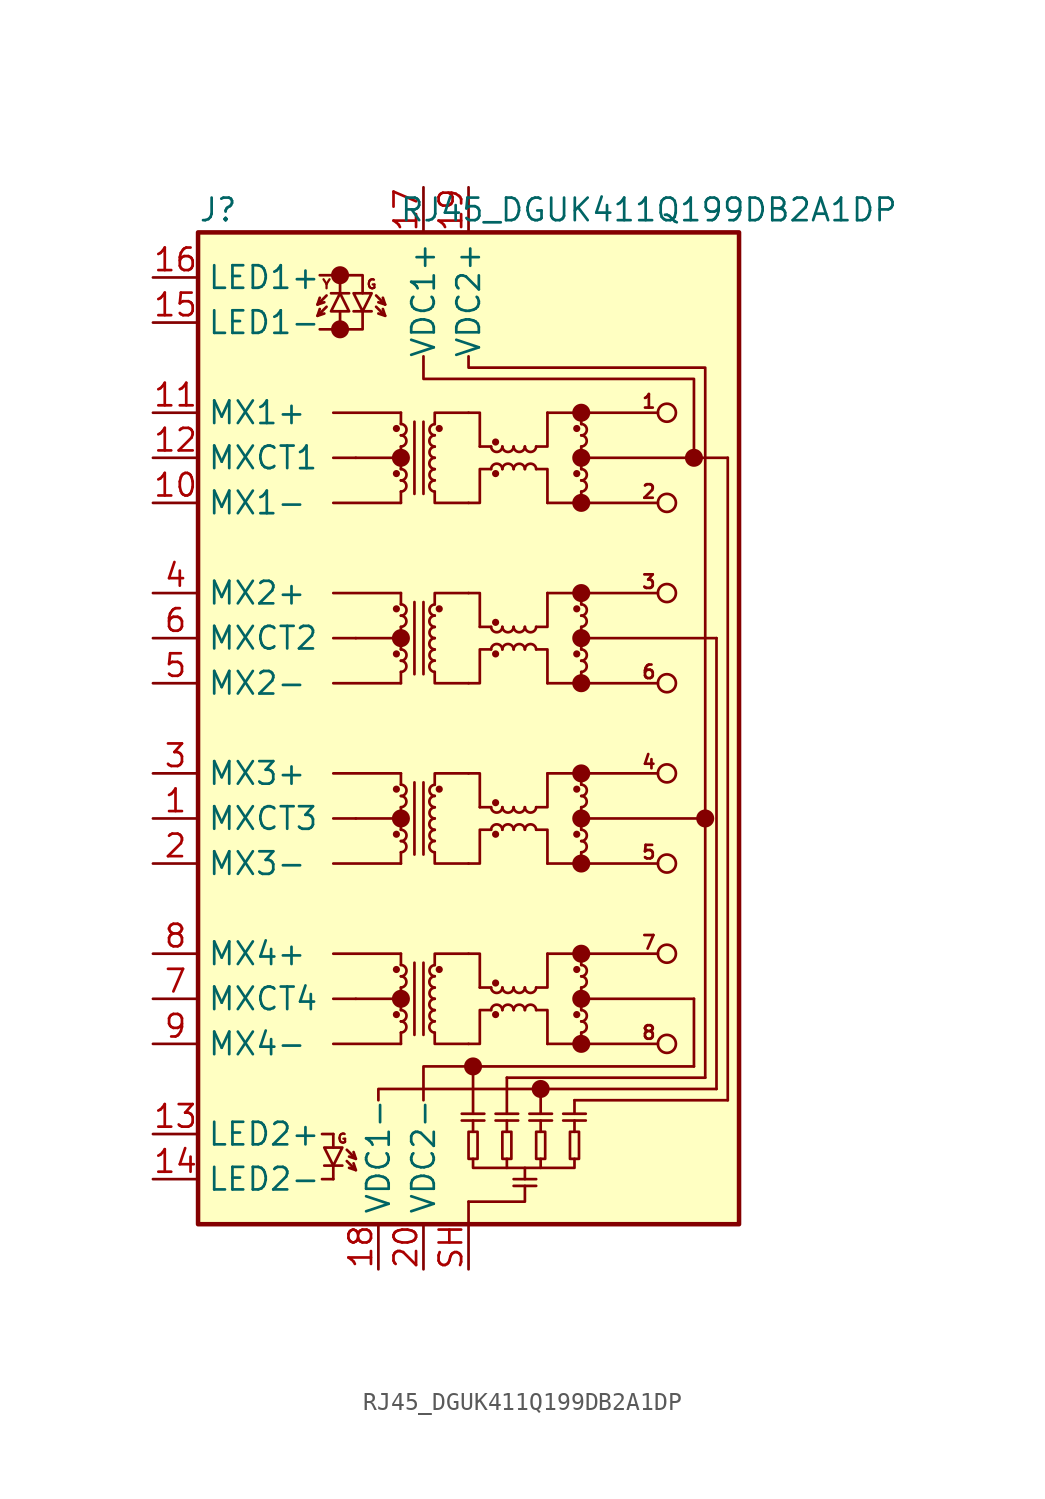
<source format=kicad_sym>
(kicad_symbol_lib
  (version 20241209)
  (generator "kicad_symbol_editor")
  (generator_version "9.0")
  (symbol "RJ45_DGUK411Q199DB2A1DP"
    (property "Reference" "J"
      (at -15.24 29.21 0)
      (effects (font (size 1.27 1.27)) (justify left)))
    (property "Value" "RJ45_DGUK411Q199DB2A1DP"
      (at 10.16 29.21 0)
      (effects (font (size 1.27 1.27))))
    (symbol "RJ45_DGUK411Q199DB2A1DP_0_0"
      (circle (center -7.239 25.527) (radius 0.0001) (stroke (width 0.508) (type default)) (fill (type none)))
      (circle (center -7.239 22.479) (radius 0.0001) (stroke (width 0.508) (type default)) (fill (type none)))
      (circle (center -3.81 15.24) (radius 0.0001) (stroke (width 0.508) (type default)) (fill (type none)))
      (circle (center -3.81 5.08) (radius 0.0001) (stroke (width 0.508) (type default)) (fill (type none)))
      (circle (center -3.81 -5.08) (radius 0.0001) (stroke (width 0.508) (type default)) (fill (type none)))
      (circle (center -3.81 -15.24) (radius 0.0001) (stroke (width 0.508) (type default)) (fill (type none)))
      (circle (center 0.254 -19.05) (radius 0.0001) (stroke (width 0.508) (type default)) (fill (type none)))
      (circle (center 4.064 -20.32) (radius 0.0001) (stroke (width 0.508) (type default)) (fill (type none)))
      (circle (center 6.35 17.78) (radius 0.0001) (stroke (width 0.508) (type default)) (fill (type none)))
      (circle (center 6.35 15.24) (radius 0.0001) (stroke (width 0.508) (type default)) (fill (type none)))
      (circle (center 6.35 12.7) (radius 0.0001) (stroke (width 0.508) (type default)) (fill (type none)))
      (circle (center 6.35 7.62) (radius 0.0001) (stroke (width 0.508) (type default)) (fill (type none)))
      (circle (center 6.35 5.08) (radius 0.0001) (stroke (width 0.508) (type default)) (fill (type none)))
      (circle (center 6.35 2.54) (radius 0.0001) (stroke (width 0.508) (type default)) (fill (type none)))
      (circle (center 6.35 -2.54) (radius 0.0001) (stroke (width 0.508) (type default)) (fill (type none)))
      (circle (center 6.35 -5.08) (radius 0.0001) (stroke (width 0.508) (type default)) (fill (type none)))
      (circle (center 6.35 -7.62) (radius 0.0001) (stroke (width 0.508) (type default)) (fill (type none)))
      (circle (center 6.35 -12.7) (radius 0.0001) (stroke (width 0.508) (type default)) (fill (type none)))
      (circle (center 6.35 -15.24) (radius 0.0001) (stroke (width 0.508) (type default)) (fill (type none)))
      (circle (center 6.35 -17.78) (radius 0.0001) (stroke (width 0.508) (type default)) (fill (type none)))
      (circle (center 12.7 15.24) (radius 0.0001) (stroke (width 0.508) (type default)) (fill (type none)))
      (circle (center 13.335 -5.08) (radius 0.0001) (stroke (width 0.508) (type default)) (fill (type none)))
      (text "Y" (at -8.001 25.019 0) (effects (font (size 0.508 0.508))))
      (text "" (at -7.874 24.892 900) (effects (font (size 1.27 1.27))))
      (text "G" (at -7.112 -23.114 0) (effects (font (size 0.508 0.508))))
      (text "G" (at -5.461 25.019 0) (effects (font (size 0.508 0.508))))
      (text "1" (at 10.16 18.415 0) (effects (font (size 0.762 0.762))))
      (text "2" (at 10.16 13.335 0) (effects (font (size 0.762 0.762))))
      (text "3" (at 10.16 8.255 0) (effects (font (size 0.762 0.762))))
      (text "6" (at 10.16 3.175 0) (effects (font (size 0.762 0.762))))
      (text "4" (at 10.16 -1.905 0) (effects (font (size 0.762 0.762))))
      (text "5" (at 10.16 -6.985 0) (effects (font (size 0.762 0.762))))
      (text "7" (at 10.16 -12.065 0) (effects (font (size 0.762 0.762))))
      (text "8" (at 10.16 -17.145 0) (effects (font (size 0.762 0.762)))))
    (symbol "RJ45_DGUK411Q199DB2A1DP_0_1"
      (rectangle (start -15.24 27.94) (end 15.24 -27.94) (stroke (width 0.254) (type default)) (fill (type background)))
      (polyline (pts (xy -7.62 17.78) (xy -3.81 17.78)) (stroke (width 0) (type default)) (fill (type none)))
      (polyline (pts (xy -7.62 15.24) (xy -6.35 15.24)) (stroke (width 0) (type default)) (fill (type none)))
      (polyline (pts (xy -7.62 12.7) (xy -3.81 12.7)) (stroke (width 0) (type default)) (fill (type none)))
      (polyline (pts (xy -7.62 7.62) (xy -3.81 7.62)) (stroke (width 0) (type default)) (fill (type none)))
      (polyline (pts (xy -7.62 5.08) (xy -6.35 5.08)) (stroke (width 0) (type default)) (fill (type none)))
      (polyline (pts (xy -7.62 2.54) (xy -3.81 2.54)) (stroke (width 0) (type default)) (fill (type none)))
      (polyline (pts (xy -7.62 -2.54) (xy -3.81 -2.54)) (stroke (width 0) (type default)) (fill (type none)))
      (polyline (pts (xy -7.62 -5.08) (xy -6.35 -5.08)) (stroke (width 0) (type default)) (fill (type none)))
      (polyline (pts (xy -7.62 -7.62) (xy -3.81 -7.62)) (stroke (width 0) (type default)) (fill (type none)))
      (polyline (pts (xy -7.62 -12.7) (xy -3.81 -12.7)) (stroke (width 0) (type default)) (fill (type none)))
      (polyline (pts (xy -7.62 -15.24) (xy -6.35 -15.24)) (stroke (width 0) (type default)) (fill (type none)))
      (polyline (pts (xy -7.62 -17.78) (xy -3.81 -17.78)) (stroke (width 0) (type default)) (fill (type none)))
      (polyline (pts (xy -6.35 15.24) (xy -3.81 15.24)) (stroke (width 0) (type default)) (fill (type none)))
      (polyline (pts (xy -6.35 5.08) (xy -3.81 5.08)) (stroke (width 0) (type default)) (fill (type none)))
      (polyline (pts (xy -6.35 -5.08) (xy -3.81 -5.08)) (stroke (width 0) (type default)) (fill (type none)))
      (polyline (pts (xy -6.35 -15.24) (xy -3.81 -15.24)) (stroke (width 0) (type default)) (fill (type none)))
      (circle (center -4.064 16.891) (radius 0.127) (stroke (width 0) (type default)) (fill (type outline)))
      (circle (center -4.064 14.351) (radius 0.127) (stroke (width 0) (type default)) (fill (type outline)))
      (circle (center -4.064 6.731) (radius 0.127) (stroke (width 0) (type default)) (fill (type outline)))
      (circle (center -4.064 4.191) (radius 0.127) (stroke (width 0) (type default)) (fill (type outline)))
      (circle (center -4.064 -3.429) (radius 0.127) (stroke (width 0) (type default)) (fill (type outline)))
      (circle (center -4.064 -5.969) (radius 0.127) (stroke (width 0) (type default)) (fill (type outline)))
      (circle (center -4.064 -13.589) (radius 0.127) (stroke (width 0) (type default)) (fill (type outline)))
      (circle (center -4.064 -16.129) (radius 0.127) (stroke (width 0) (type default)) (fill (type outline)))
      (arc (start -3.81 17.145) (mid -3.5049 16.8275) (end -3.81 16.51) (stroke (width 0) (type default)) (fill (type none)))
      (arc (start -3.81 16.51) (mid -3.5049 16.1925) (end -3.81 15.875) (stroke (width 0) (type default)) (fill (type none)))
      (arc (start -3.81 14.605) (mid -3.5049 14.2875) (end -3.81 13.97) (stroke (width 0) (type default)) (fill (type none)))
      (arc (start -3.81 13.97) (mid -3.5049 13.6525) (end -3.81 13.335) (stroke (width 0) (type default)) (fill (type none)))
      (arc (start -3.81 6.985) (mid -3.5049 6.6675) (end -3.81 6.35) (stroke (width 0) (type default)) (fill (type none)))
      (arc (start -3.81 6.35) (mid -3.5049 6.0325) (end -3.81 5.715) (stroke (width 0) (type default)) (fill (type none)))
      (arc (start -3.81 4.445) (mid -3.5049 4.1275) (end -3.81 3.81) (stroke (width 0) (type default)) (fill (type none)))
      (arc (start -3.81 3.81) (mid -3.5049 3.4925) (end -3.81 3.175) (stroke (width 0) (type default)) (fill (type none)))
      (arc (start -3.81 -3.175) (mid -3.5049 -3.4925) (end -3.81 -3.81) (stroke (width 0) (type default)) (fill (type none)))
      (arc (start -3.81 -3.81) (mid -3.5049 -4.1275) (end -3.81 -4.445) (stroke (width 0) (type default)) (fill (type none)))
      (arc (start -3.81 -5.715) (mid -3.5049 -6.0325) (end -3.81 -6.35) (stroke (width 0) (type default)) (fill (type none)))
      (arc (start -3.81 -6.35) (mid -3.5049 -6.6675) (end -3.81 -6.985) (stroke (width 0) (type default)) (fill (type none)))
      (arc (start -3.81 -13.335) (mid -3.5049 -13.6525) (end -3.81 -13.97) (stroke (width 0) (type default)) (fill (type none)))
      (arc (start -3.81 -13.97) (mid -3.5049 -14.2875) (end -3.81 -14.605) (stroke (width 0) (type default)) (fill (type none)))
      (arc (start -3.81 -15.875) (mid -3.5049 -16.1925) (end -3.81 -16.51) (stroke (width 0) (type default)) (fill (type none)))
      (arc (start -3.81 -16.51) (mid -3.5049 -16.8275) (end -3.81 -17.145) (stroke (width 0) (type default)) (fill (type none)))
      (polyline (pts (xy -3.81 17.78) (xy -3.81 17.145)) (stroke (width 0) (type default)) (fill (type none)))
      (polyline (pts (xy -3.81 15.24) (xy -3.81 15.875)) (stroke (width 0) (type default)) (fill (type none)))
      (polyline (pts (xy -3.81 15.24) (xy -3.81 14.605)) (stroke (width 0) (type default)) (fill (type none)))
      (polyline (pts (xy -3.81 12.7) (xy -3.81 13.335)) (stroke (width 0) (type default)) (fill (type none)))
      (polyline (pts (xy -3.81 7.62) (xy -3.81 6.985)) (stroke (width 0) (type default)) (fill (type none)))
      (polyline (pts (xy -3.81 5.08) (xy -3.81 5.715)) (stroke (width 0) (type default)) (fill (type none)))
      (polyline (pts (xy -3.81 5.08) (xy -3.81 4.445)) (stroke (width 0) (type default)) (fill (type none)))
      (polyline (pts (xy -3.81 2.54) (xy -3.81 3.175)) (stroke (width 0) (type default)) (fill (type none)))
      (polyline (pts (xy -3.81 -2.54) (xy -3.81 -3.175)) (stroke (width 0) (type default)) (fill (type none)))
      (polyline (pts (xy -3.81 -5.08) (xy -3.81 -4.445)) (stroke (width 0) (type default)) (fill (type none)))
      (polyline (pts (xy -3.81 -5.08) (xy -3.81 -5.715)) (stroke (width 0) (type default)) (fill (type none)))
      (polyline (pts (xy -3.81 -7.62) (xy -3.81 -6.985)) (stroke (width 0) (type default)) (fill (type none)))
      (polyline (pts (xy -3.81 -12.7) (xy -3.81 -13.335)) (stroke (width 0) (type default)) (fill (type none)))
      (polyline (pts (xy -3.81 -15.24) (xy -3.81 -14.605)) (stroke (width 0) (type default)) (fill (type none)))
      (polyline (pts (xy -3.81 -15.24) (xy -3.81 -15.875)) (stroke (width 0) (type default)) (fill (type none)))
      (polyline (pts (xy -3.81 -17.78) (xy -3.81 -17.145)) (stroke (width 0) (type default)) (fill (type none)))
      (polyline (pts (xy -3.048 13.208) (xy -3.048 17.272)) (stroke (width 0) (type default)) (fill (type none)))
      (polyline (pts (xy -3.048 3.048) (xy -3.048 7.112)) (stroke (width 0) (type default)) (fill (type none)))
      (polyline (pts (xy -3.048 -7.112) (xy -3.048 -3.048)) (stroke (width 0) (type default)) (fill (type none)))
      (polyline (pts (xy -3.048 -17.272) (xy -3.048 -13.208)) (stroke (width 0) (type default)) (fill (type none)))
      (polyline (pts (xy -2.54 20.955) (xy -2.54 19.685) (xy 12.7 19.685) (xy 12.7 15.24)) (stroke (width 0.152) (type default)) (fill (type none)))
      (polyline (pts (xy -2.54 13.208) (xy -2.54 17.272)) (stroke (width 0) (type default)) (fill (type none)))
      (polyline (pts (xy -2.54 3.048) (xy -2.54 7.112)) (stroke (width 0) (type default)) (fill (type none)))
      (polyline (pts (xy -2.54 -7.112) (xy -2.54 -3.048)) (stroke (width 0) (type default)) (fill (type none)))
      (polyline (pts (xy -2.54 -17.272) (xy -2.54 -13.208)) (stroke (width 0) (type default)) (fill (type none)))
      (polyline (pts (xy -2.54 -20.955) (xy -2.54 -19.05) (xy 0.254 -19.05)) (stroke (width 0.152) (type default)) (fill (type none)))
      (polyline (pts (xy -1.905 17.145) (xy -1.905 17.78) (xy 0 17.78)) (stroke (width 0) (type default)) (fill (type none)))
      (polyline (pts (xy -1.905 13.335) (xy -1.905 12.7) (xy 0 12.7)) (stroke (width 0) (type default)) (fill (type none)))
      (polyline (pts (xy -1.905 6.985) (xy -1.905 7.62) (xy 0 7.62)) (stroke (width 0) (type default)) (fill (type none)))
      (polyline (pts (xy -1.905 3.175) (xy -1.905 2.54) (xy 0 2.54)) (stroke (width 0) (type default)) (fill (type none)))
      (polyline (pts (xy -1.905 -3.175) (xy -1.905 -2.54) (xy 0 -2.54)) (stroke (width 0) (type default)) (fill (type none)))
      (polyline (pts (xy -1.905 -6.985) (xy -1.905 -7.62) (xy 0 -7.62)) (stroke (width 0) (type default)) (fill (type none)))
      (polyline (pts (xy -1.905 -13.335) (xy -1.905 -12.7) (xy 0 -12.7)) (stroke (width 0) (type default)) (fill (type none)))
      (polyline (pts (xy -1.905 -17.145) (xy -1.905 -17.78) (xy 0 -17.78)) (stroke (width 0) (type default)) (fill (type none)))
      (arc (start -1.905 16.51) (mid -2.2101 16.8275) (end -1.905 17.145) (stroke (width 0) (type default)) (fill (type none)))
      (arc (start -1.905 15.875) (mid -2.2101 16.1925) (end -1.905 16.51) (stroke (width 0) (type default)) (fill (type none)))
      (arc (start -1.905 15.24) (mid -2.2101 15.5575) (end -1.905 15.875) (stroke (width 0) (type default)) (fill (type none)))
      (arc (start -1.905 14.605) (mid -2.2101 14.9225) (end -1.905 15.24) (stroke (width 0) (type default)) (fill (type none)))
      (arc (start -1.905 13.97) (mid -2.2101 14.2875) (end -1.905 14.605) (stroke (width 0) (type default)) (fill (type none)))
      (arc (start -1.905 13.335) (mid -2.2101 13.6525) (end -1.905 13.97) (stroke (width 0) (type default)) (fill (type none)))
      (arc (start -1.905 6.35) (mid -2.2101 6.6675) (end -1.905 6.985) (stroke (width 0) (type default)) (fill (type none)))
      (arc (start -1.905 5.715) (mid -2.2101 6.0325) (end -1.905 6.35) (stroke (width 0) (type default)) (fill (type none)))
      (arc (start -1.905 5.08) (mid -2.2101 5.3975) (end -1.905 5.715) (stroke (width 0) (type default)) (fill (type none)))
      (arc (start -1.905 4.445) (mid -2.2101 4.7625) (end -1.905 5.08) (stroke (width 0) (type default)) (fill (type none)))
      (arc (start -1.905 3.81) (mid -2.2101 4.1275) (end -1.905 4.445) (stroke (width 0) (type default)) (fill (type none)))
      (arc (start -1.905 3.175) (mid -2.2101 3.4925) (end -1.905 3.81) (stroke (width 0) (type default)) (fill (type none)))
      (arc (start -1.905 -3.81) (mid -2.2101 -3.4925) (end -1.905 -3.175) (stroke (width 0) (type default)) (fill (type none)))
      (arc (start -1.905 -4.445) (mid -2.2101 -4.1275) (end -1.905 -3.81) (stroke (width 0) (type default)) (fill (type none)))
      (arc (start -1.905 -5.08) (mid -2.2101 -4.7625) (end -1.905 -4.445) (stroke (width 0) (type default)) (fill (type none)))
      (arc (start -1.905 -5.715) (mid -2.2101 -5.3975) (end -1.905 -5.08) (stroke (width 0) (type default)) (fill (type none)))
      (arc (start -1.905 -6.35) (mid -2.2101 -6.0325) (end -1.905 -5.715) (stroke (width 0) (type default)) (fill (type none)))
      (arc (start -1.905 -6.985) (mid -2.2101 -6.6675) (end -1.905 -6.35) (stroke (width 0) (type default)) (fill (type none)))
      (arc (start -1.905 -13.97) (mid -2.2101 -13.6525) (end -1.905 -13.335) (stroke (width 0) (type default)) (fill (type none)))
      (arc (start -1.905 -14.605) (mid -2.2101 -14.2875) (end -1.905 -13.97) (stroke (width 0) (type default)) (fill (type none)))
      (arc (start -1.905 -15.24) (mid -2.2101 -14.9225) (end -1.905 -14.605) (stroke (width 0) (type default)) (fill (type none)))
      (arc (start -1.905 -15.875) (mid -2.2101 -15.5575) (end -1.905 -15.24) (stroke (width 0) (type default)) (fill (type none)))
      (arc (start -1.905 -16.51) (mid -2.2101 -16.1925) (end -1.905 -15.875) (stroke (width 0) (type default)) (fill (type none)))
      (arc (start -1.905 -17.145) (mid -2.2101 -16.8275) (end -1.905 -16.51) (stroke (width 0) (type default)) (fill (type none)))
      (circle (center -1.651 16.891) (radius 0.127) (stroke (width 0) (type default)) (fill (type outline)))
      (circle (center -1.651 6.731) (radius 0.127) (stroke (width 0) (type default)) (fill (type outline)))
      (circle (center -1.651 -3.429) (radius 0.127) (stroke (width 0) (type default)) (fill (type outline)))
      (circle (center -1.651 -13.589) (radius 0.127) (stroke (width 0) (type default)) (fill (type outline)))
      (polyline (pts (xy -0.381 -21.717) (xy 0.889 -21.717)) (stroke (width 0.152) (type default)) (fill (type none)))
      (polyline (pts (xy -0.381 -22.098) (xy 0.889 -22.098)) (stroke (width 0.152) (type default)) (fill (type none)))
      (polyline (pts (xy 0 17.78) (xy 0.635 17.78) (xy 0.635 15.875)) (stroke (width 0) (type default)) (fill (type none)))
      (polyline (pts (xy 0 12.7) (xy 0.635 12.7) (xy 0.635 14.605) (xy 1.27 14.605)) (stroke (width 0) (type default)) (fill (type none)))
      (polyline (pts (xy 0 7.62) (xy 0.635 7.62) (xy 0.635 5.715)) (stroke (width 0) (type default)) (fill (type none)))
      (polyline (pts (xy 0 2.54) (xy 0.635 2.54) (xy 0.635 4.445) (xy 1.27 4.445)) (stroke (width 0) (type default)) (fill (type none)))
      (polyline (pts (xy 0 -2.54) (xy 0.635 -2.54) (xy 0.635 -4.445)) (stroke (width 0) (type default)) (fill (type none)))
      (polyline (pts (xy 0 -7.62) (xy 0.635 -7.62) (xy 0.635 -5.715) (xy 1.27 -5.715)) (stroke (width 0) (type default)) (fill (type none)))
      (polyline (pts (xy 0 -12.7) (xy 0.635 -12.7) (xy 0.635 -14.605)) (stroke (width 0) (type default)) (fill (type none)))
      (polyline (pts (xy 0 -17.78) (xy 0.635 -17.78) (xy 0.635 -15.875) (xy 1.27 -15.875)) (stroke (width 0) (type default)) (fill (type none)))
      (rectangle (start 0 -22.733) (end 0.508 -24.257) (stroke (width 0.152) (type default)) (fill (type none)))
      (polyline (pts (xy 0 -26.67) (xy 3.175 -26.67) (xy 3.175 -25.781)) (stroke (width 0.152) (type default)) (fill (type none)))
      (polyline (pts (xy 0 -27.94) (xy 0 -26.67)) (stroke (width 0.152) (type default)) (fill (type none)))
      (polyline (pts (xy 0.254 -19.05) (xy 12.7 -19.05)) (stroke (width 0) (type default)) (fill (type none)))
      (polyline (pts (xy 0.254 -21.717) (xy 0.254 -19.05)) (stroke (width 0.152) (type default)) (fill (type none)))
      (rectangle (start 0.254 -22.733) (end 0.254 -22.098) (stroke (width 0.152) (type default)) (fill (type none)))
      (polyline (pts (xy 0.254 -24.257) (xy 0.254 -24.765) (xy 5.969 -24.765) (xy 5.969 -24.257)) (stroke (width 0.152) (type default)) (fill (type none)))
      (polyline (pts (xy 0.635 15.875) (xy 1.27 15.875)) (stroke (width 0) (type default)) (fill (type none)))
      (polyline (pts (xy 0.635 5.715) (xy 1.27 5.715)) (stroke (width 0) (type default)) (fill (type none)))
      (polyline (pts (xy 0.635 -4.445) (xy 1.27 -4.445)) (stroke (width 0) (type default)) (fill (type none)))
      (polyline (pts (xy 0.635 -14.605) (xy 1.27 -14.605)) (stroke (width 0) (type default)) (fill (type none)))
      (circle (center 1.524 16.129) (radius 0.127) (stroke (width 0) (type default)) (fill (type outline)))
      (circle (center 1.524 14.351) (radius 0.127) (stroke (width 0) (type default)) (fill (type outline)))
      (circle (center 1.524 5.969) (radius 0.127) (stroke (width 0) (type default)) (fill (type outline)))
      (circle (center 1.524 4.191) (radius 0.127) (stroke (width 0) (type default)) (fill (type outline)))
      (circle (center 1.524 -4.191) (radius 0.127) (stroke (width 0) (type default)) (fill (type outline)))
      (circle (center 1.524 -5.969) (radius 0.127) (stroke (width 0) (type default)) (fill (type outline)))
      (circle (center 1.524 -14.351) (radius 0.127) (stroke (width 0) (type default)) (fill (type outline)))
      (circle (center 1.524 -16.129) (radius 0.127) (stroke (width 0) (type default)) (fill (type outline)))
      (polyline (pts (xy 1.524 -21.717) (xy 2.794 -21.717)) (stroke (width 0.152) (type default)) (fill (type none)))
      (polyline (pts (xy 1.524 -22.098) (xy 2.794 -22.098)) (stroke (width 0.152) (type default)) (fill (type none)))
      (arc (start 1.905 15.875) (mid 1.5875 15.5699) (end 1.27 15.875) (stroke (width 0) (type default)) (fill (type none)))
      (arc (start 1.27 14.605) (mid 1.5875 14.9101) (end 1.905 14.605) (stroke (width 0) (type default)) (fill (type none)))
      (arc (start 1.905 5.715) (mid 1.5875 5.4099) (end 1.27 5.715) (stroke (width 0) (type default)) (fill (type none)))
      (arc (start 1.27 4.445) (mid 1.5875 4.7501) (end 1.905 4.445) (stroke (width 0) (type default)) (fill (type none)))
      (arc (start 1.905 -4.445) (mid 1.5875 -4.7501) (end 1.27 -4.445) (stroke (width 0) (type default)) (fill (type none)))
      (arc (start 1.27 -5.715) (mid 1.5875 -5.4099) (end 1.905 -5.715) (stroke (width 0) (type default)) (fill (type none)))
      (arc (start 1.905 -14.605) (mid 1.5875 -14.9101) (end 1.27 -14.605) (stroke (width 0) (type default)) (fill (type none)))
      (arc (start 1.27 -15.875) (mid 1.5875 -15.5699) (end 1.905 -15.875) (stroke (width 0) (type default)) (fill (type none)))
      (rectangle (start 1.905 -22.733) (end 2.413 -24.257) (stroke (width 0.152) (type default)) (fill (type none)))
      (polyline (pts (xy 2.159 -21.717) (xy 2.159 -19.685)) (stroke (width 0.152) (type default)) (fill (type none)))
      (rectangle (start 2.159 -22.733) (end 2.159 -22.098) (stroke (width 0.152) (type default)) (fill (type none)))
      (polyline (pts (xy 2.159 -24.257) (xy 2.159 -24.765)) (stroke (width 0.152) (type default)) (fill (type none)))
      (arc (start 2.54 15.875) (mid 2.2225 15.5699) (end 1.905 15.875) (stroke (width 0) (type default)) (fill (type none)))
      (arc (start 1.905 14.605) (mid 2.2225 14.9101) (end 2.54 14.605) (stroke (width 0) (type default)) (fill (type none)))
      (arc (start 2.54 5.715) (mid 2.2225 5.4099) (end 1.905 5.715) (stroke (width 0) (type default)) (fill (type none)))
      (arc (start 1.905 4.445) (mid 2.2225 4.7501) (end 2.54 4.445) (stroke (width 0) (type default)) (fill (type none)))
      (arc (start 2.54 -4.445) (mid 2.2225 -4.7501) (end 1.905 -4.445) (stroke (width 0) (type default)) (fill (type none)))
      (arc (start 1.905 -5.715) (mid 2.2225 -5.4099) (end 2.54 -5.715) (stroke (width 0) (type default)) (fill (type none)))
      (arc (start 2.54 -14.605) (mid 2.2225 -14.9101) (end 1.905 -14.605) (stroke (width 0) (type default)) (fill (type none)))
      (arc (start 1.905 -15.875) (mid 2.2225 -15.5699) (end 2.54 -15.875) (stroke (width 0) (type default)) (fill (type none)))
      (arc (start 3.175 15.875) (mid 2.8575 15.5699) (end 2.54 15.875) (stroke (width 0) (type default)) (fill (type none)))
      (arc (start 2.54 14.605) (mid 2.8575 14.9101) (end 3.175 14.605) (stroke (width 0) (type default)) (fill (type none)))
      (arc (start 3.175 5.715) (mid 2.8575 5.4099) (end 2.54 5.715) (stroke (width 0) (type default)) (fill (type none)))
      (arc (start 2.54 4.445) (mid 2.8575 4.7501) (end 3.175 4.445) (stroke (width 0) (type default)) (fill (type none)))
      (arc (start 3.175 -4.445) (mid 2.8575 -4.7501) (end 2.54 -4.445) (stroke (width 0) (type default)) (fill (type none)))
      (arc (start 2.54 -5.715) (mid 2.8575 -5.4099) (end 3.175 -5.715) (stroke (width 0) (type default)) (fill (type none)))
      (arc (start 3.175 -14.605) (mid 2.8575 -14.9101) (end 2.54 -14.605) (stroke (width 0) (type default)) (fill (type none)))
      (arc (start 2.54 -15.875) (mid 2.8575 -15.5699) (end 3.175 -15.875) (stroke (width 0) (type default)) (fill (type none)))
      (rectangle (start 3.175 -24.765) (end 3.175 -25.4) (stroke (width 0.152) (type default)) (fill (type none)))
      (polyline (pts (xy 3.429 -21.717) (xy 4.699 -21.717)) (stroke (width 0.152) (type default)) (fill (type none)))
      (polyline (pts (xy 3.429 -22.098) (xy 4.699 -22.098)) (stroke (width 0.152) (type default)) (fill (type none)))
      (arc (start 3.81 15.875) (mid 3.4925 15.5699) (end 3.175 15.875) (stroke (width 0) (type default)) (fill (type none)))
      (arc (start 3.175 14.605) (mid 3.4925 14.9101) (end 3.81 14.605) (stroke (width 0) (type default)) (fill (type none)))
      (arc (start 3.81 5.715) (mid 3.4925 5.4099) (end 3.175 5.715) (stroke (width 0) (type default)) (fill (type none)))
      (arc (start 3.175 4.445) (mid 3.4925 4.7501) (end 3.81 4.445) (stroke (width 0) (type default)) (fill (type none)))
      (arc (start 3.81 -4.445) (mid 3.4925 -4.7501) (end 3.175 -4.445) (stroke (width 0) (type default)) (fill (type none)))
      (arc (start 3.175 -5.715) (mid 3.4925 -5.4099) (end 3.81 -5.715) (stroke (width 0) (type default)) (fill (type none)))
      (arc (start 3.81 -14.605) (mid 3.4925 -14.9101) (end 3.175 -14.605) (stroke (width 0) (type default)) (fill (type none)))
      (arc (start 3.175 -15.875) (mid 3.4925 -15.5699) (end 3.81 -15.875) (stroke (width 0) (type default)) (fill (type none)))
      (polyline (pts (xy 3.81 15.875) (xy 4.445 15.875) (xy 4.445 17.78)) (stroke (width 0) (type default)) (fill (type none)))
      (polyline (pts (xy 3.81 14.605) (xy 4.445 14.605) (xy 4.445 12.7)) (stroke (width 0) (type default)) (fill (type none)))
      (polyline (pts (xy 3.81 5.715) (xy 4.445 5.715) (xy 4.445 7.62)) (stroke (width 0) (type default)) (fill (type none)))
      (polyline (pts (xy 3.81 4.445) (xy 4.445 4.445) (xy 4.445 2.54)) (stroke (width 0) (type default)) (fill (type none)))
      (polyline (pts (xy 3.81 -4.445) (xy 4.445 -4.445) (xy 4.445 -2.54)) (stroke (width 0) (type default)) (fill (type none)))
      (polyline (pts (xy 3.81 -5.715) (xy 4.445 -5.715) (xy 4.445 -7.62)) (stroke (width 0) (type default)) (fill (type none)))
      (polyline (pts (xy 3.81 -14.605) (xy 4.445 -14.605) (xy 4.445 -12.7)) (stroke (width 0) (type default)) (fill (type none)))
      (polyline (pts (xy 3.81 -15.875) (xy 4.445 -15.875) (xy 4.445 -17.78)) (stroke (width 0) (type default)) (fill (type none)))
      (rectangle (start 3.81 -22.733) (end 4.318 -24.257) (stroke (width 0.152) (type default)) (fill (type none)))
      (polyline (pts (xy 3.81 -25.4) (xy 2.54 -25.4)) (stroke (width 0.152) (type default)) (fill (type none)))
      (polyline (pts (xy 3.81 -25.781) (xy 2.54 -25.781)) (stroke (width 0.152) (type default)) (fill (type none)))
      (polyline (pts (xy 4.064 -20.32) (xy -5.08 -20.32) (xy -5.08 -20.955)) (stroke (width 0.152) (type default)) (fill (type none)))
      (polyline (pts (xy 4.064 -21.717) (xy 4.064 -20.32)) (stroke (width 0.152) (type default)) (fill (type none)))
      (rectangle (start 4.064 -22.733) (end 4.064 -22.098) (stroke (width 0.152) (type default)) (fill (type none)))
      (polyline (pts (xy 4.064 -24.257) (xy 4.064 -24.765)) (stroke (width 0.152) (type default)) (fill (type none)))
      (polyline (pts (xy 4.445 17.78) (xy 6.35 17.78)) (stroke (width 0) (type default)) (fill (type none)))
      (polyline (pts (xy 4.445 12.7) (xy 6.35 12.7)) (stroke (width 0) (type default)) (fill (type none)))
      (polyline (pts (xy 4.445 7.62) (xy 6.35 7.62)) (stroke (width 0) (type default)) (fill (type none)))
      (polyline (pts (xy 4.445 2.54) (xy 6.35 2.54)) (stroke (width 0) (type default)) (fill (type none)))
      (polyline (pts (xy 4.445 -2.54) (xy 6.35 -2.54)) (stroke (width 0) (type default)) (fill (type none)))
      (polyline (pts (xy 4.445 -7.62) (xy 6.35 -7.62)) (stroke (width 0) (type default)) (fill (type none)))
      (polyline (pts (xy 4.445 -12.7) (xy 6.35 -12.7)) (stroke (width 0) (type default)) (fill (type none)))
      (polyline (pts (xy 4.445 -17.78) (xy 6.35 -17.78)) (stroke (width 0) (type default)) (fill (type none)))
      (polyline (pts (xy 5.334 -21.717) (xy 6.604 -21.717)) (stroke (width 0.152) (type default)) (fill (type none)))
      (polyline (pts (xy 5.334 -22.098) (xy 6.604 -22.098)) (stroke (width 0.152) (type default)) (fill (type none)))
      (rectangle (start 5.715 -22.733) (end 6.223 -24.257) (stroke (width 0.152) (type default)) (fill (type none)))
      (polyline (pts (xy 5.969 -21.717) (xy 5.969 -20.955)) (stroke (width 0.152) (type default)) (fill (type none)))
      (rectangle (start 5.969 -22.733) (end 5.969 -22.098) (stroke (width 0.152) (type default)) (fill (type none)))
      (circle (center 6.096 16.891) (radius 0.127) (stroke (width 0) (type default)) (fill (type outline)))
      (circle (center 6.096 14.351) (radius 0.127) (stroke (width 0) (type default)) (fill (type outline)))
      (circle (center 6.096 6.731) (radius 0.127) (stroke (width 0) (type default)) (fill (type outline)))
      (circle (center 6.096 4.191) (radius 0.127) (stroke (width 0) (type default)) (fill (type outline)))
      (circle (center 6.096 -3.429) (radius 0.127) (stroke (width 0) (type default)) (fill (type outline)))
      (circle (center 6.096 -5.969) (radius 0.127) (stroke (width 0) (type default)) (fill (type outline)))
      (circle (center 6.096 -13.589) (radius 0.127) (stroke (width 0) (type default)) (fill (type outline)))
      (circle (center 6.096 -16.129) (radius 0.127) (stroke (width 0) (type default)) (fill (type outline)))
      (arc (start 6.35 17.145) (mid 6.6553 16.827) (end 6.35 16.51) (stroke (width 0) (type default)) (fill (type none)))
      (arc (start 6.35 16.51) (mid 6.6553 16.192) (end 6.35 15.875) (stroke (width 0) (type default)) (fill (type none)))
      (arc (start 6.35 14.605) (mid 6.6553 14.287) (end 6.35 13.97) (stroke (width 0) (type default)) (fill (type none)))
      (arc (start 6.35 13.97) (mid 6.6553 13.652) (end 6.35 13.335) (stroke (width 0) (type default)) (fill (type none)))
      (arc (start 6.35 6.985) (mid 6.6553 6.667) (end 6.35 6.35) (stroke (width 0) (type default)) (fill (type none)))
      (arc (start 6.35 6.35) (mid 6.6553 6.032) (end 6.35 5.715) (stroke (width 0) (type default)) (fill (type none)))
      (arc (start 6.35 4.445) (mid 6.6553 4.127) (end 6.35 3.81) (stroke (width 0) (type default)) (fill (type none)))
      (arc (start 6.35 3.81) (mid 6.6553 3.492) (end 6.35 3.175) (stroke (width 0) (type default)) (fill (type none)))
      (arc (start 6.35 -3.175) (mid 6.6553 -3.493) (end 6.35 -3.81) (stroke (width 0) (type default)) (fill (type none)))
      (arc (start 6.35 -3.81) (mid 6.6553 -4.128) (end 6.35 -4.445) (stroke (width 0) (type default)) (fill (type none)))
      (arc (start 6.35 -5.715) (mid 6.6553 -6.033) (end 6.35 -6.35) (stroke (width 0) (type default)) (fill (type none)))
      (arc (start 6.35 -6.35) (mid 6.6553 -6.668) (end 6.35 -6.985) (stroke (width 0) (type default)) (fill (type none)))
      (arc (start 6.35 -13.335) (mid 6.6553 -13.653) (end 6.35 -13.97) (stroke (width 0) (type default)) (fill (type none)))
      (arc (start 6.35 -13.97) (mid 6.6553 -14.288) (end 6.35 -14.605) (stroke (width 0) (type default)) (fill (type none)))
      (arc (start 6.35 -15.875) (mid 6.6553 -16.193) (end 6.35 -16.51) (stroke (width 0) (type default)) (fill (type none)))
      (arc (start 6.35 -16.51) (mid 6.6553 -16.828) (end 6.35 -17.145) (stroke (width 0) (type default)) (fill (type none)))
      (polyline (pts (xy 6.35 17.78) (xy 6.35 17.145)) (stroke (width 0) (type default)) (fill (type none)))
      (polyline (pts (xy 6.35 17.78) (xy 10.668 17.78)) (stroke (width 0) (type default)) (fill (type none)))
      (polyline (pts (xy 6.35 15.24) (xy 6.35 15.875)) (stroke (width 0) (type default)) (fill (type none)))
      (polyline (pts (xy 6.35 15.24) (xy 6.35 14.605)) (stroke (width 0) (type default)) (fill (type none)))
      (polyline (pts (xy 6.35 12.7) (xy 6.35 13.335)) (stroke (width 0) (type default)) (fill (type none)))
      (polyline (pts (xy 6.35 12.7) (xy 10.668 12.7)) (stroke (width 0) (type default)) (fill (type none)))
      (polyline (pts (xy 6.35 7.62) (xy 6.35 6.985)) (stroke (width 0) (type default)) (fill (type none)))
      (polyline (pts (xy 6.35 7.62) (xy 10.668 7.62)) (stroke (width 0) (type default)) (fill (type none)))
      (polyline (pts (xy 6.35 5.08) (xy 6.35 5.715)) (stroke (width 0) (type default)) (fill (type none)))
      (polyline (pts (xy 6.35 5.08) (xy 6.35 4.445)) (stroke (width 0) (type default)) (fill (type none)))
      (polyline (pts (xy 6.35 2.54) (xy 6.35 3.175)) (stroke (width 0) (type default)) (fill (type none)))
      (polyline (pts (xy 6.35 2.54) (xy 10.668 2.54)) (stroke (width 0) (type default)) (fill (type none)))
      (polyline (pts (xy 6.35 -2.54) (xy 6.35 -3.175)) (stroke (width 0) (type default)) (fill (type none)))
      (polyline (pts (xy 6.35 -2.54) (xy 10.668 -2.54)) (stroke (width 0) (type default)) (fill (type none)))
      (polyline (pts (xy 6.35 -5.08) (xy 6.35 -4.445)) (stroke (width 0) (type default)) (fill (type none)))
      (polyline (pts (xy 6.35 -5.08) (xy 6.35 -5.715)) (stroke (width 0) (type default)) (fill (type none)))
      (polyline (pts (xy 6.35 -5.08) (xy 13.335 -5.08)) (stroke (width 0) (type default)) (fill (type none)))
      (polyline (pts (xy 6.35 -7.62) (xy 6.35 -6.985)) (stroke (width 0) (type default)) (fill (type none)))
      (polyline (pts (xy 6.35 -7.62) (xy 10.668 -7.62)) (stroke (width 0) (type default)) (fill (type none)))
      (polyline (pts (xy 6.35 -12.7) (xy 6.35 -13.335)) (stroke (width 0) (type default)) (fill (type none)))
      (polyline (pts (xy 6.35 -12.7) (xy 10.668 -12.7)) (stroke (width 0) (type default)) (fill (type none)))
      (polyline (pts (xy 6.35 -15.24) (xy 6.35 -14.605)) (stroke (width 0) (type default)) (fill (type none)))
      (polyline (pts (xy 6.35 -15.24) (xy 6.35 -15.875)) (stroke (width 0) (type default)) (fill (type none)))
      (polyline (pts (xy 6.35 -15.24) (xy 12.7 -15.24)) (stroke (width 0) (type default)) (fill (type none)))
      (polyline (pts (xy 6.35 -17.78) (xy 6.35 -17.145)) (stroke (width 0) (type default)) (fill (type none)))
      (polyline (pts (xy 6.35 -17.78) (xy 10.668 -17.78)) (stroke (width 0) (type default)) (fill (type none)))
      (circle (center 11.176 17.78) (radius 0.508) (stroke (width 0) (type default)) (fill (type none)))
      (circle (center 11.176 12.7) (radius 0.508) (stroke (width 0) (type default)) (fill (type none)))
      (circle (center 11.176 7.62) (radius 0.508) (stroke (width 0) (type default)) (fill (type none)))
      (circle (center 11.176 2.54) (radius 0.508) (stroke (width 0) (type default)) (fill (type none)))
      (circle (center 11.176 -2.54) (radius 0.508) (stroke (width 0) (type default)) (fill (type none)))
      (circle (center 11.176 -7.62) (radius 0.508) (stroke (width 0) (type default)) (fill (type none)))
      (circle (center 11.176 -12.7) (radius 0.508) (stroke (width 0) (type default)) (fill (type none)))
      (circle (center 11.176 -17.78) (radius 0.508) (stroke (width 0) (type default)) (fill (type none)))
      (polyline (pts (xy 12.7 -19.05) (xy 12.7 -15.24)) (stroke (width 0) (type default)) (fill (type none)))
      (polyline (pts (xy 13.335 -5.08) (xy 13.335 20.32) (xy 0 20.32) (xy 0 20.955)) (stroke (width 0.152) (type default)) (fill (type none)))
      (polyline (pts (xy 13.335 -19.685) (xy 2.159 -19.685)) (stroke (width 0.152) (type default)) (fill (type none)))
      (polyline (pts (xy 13.335 -19.685) (xy 13.335 -5.08)) (stroke (width 0) (type default)) (fill (type none)))
      (polyline (pts (xy 13.97 5.08) (xy 6.35 5.08)) (stroke (width 0) (type default)) (fill (type none)))
      (polyline (pts (xy 13.97 -20.32) (xy 4.064 -20.32)) (stroke (width 0.152) (type default)) (fill (type none)))
      (polyline (pts (xy 13.97 -20.32) (xy 13.97 5.08)) (stroke (width 0) (type default)) (fill (type none)))
      (polyline (pts (xy 14.605 15.24) (xy 6.35 15.24)) (stroke (width 0) (type default)) (fill (type none)))
      (polyline (pts (xy 14.605 -20.955) (xy 5.969 -20.955)) (stroke (width 0.152) (type default)) (fill (type none)))
      (polyline (pts (xy 14.605 -20.955) (xy 14.605 15.24)) (stroke (width 0) (type default)) (fill (type none))))
    (symbol "RJ45_DGUK411Q199DB2A1DP_1_1"
      (polyline (pts (xy -8.509 23.876) (xy -8.382 24.257)) (stroke (width 0) (type default)) (fill (type none)))
      (polyline (pts (xy -8.509 23.241) (xy -8.382 23.622)) (stroke (width 0) (type default)) (fill (type none)))
      (polyline (pts (xy -8.382 22.479) (xy -5.969 22.479) (xy -5.969 23.495)) (stroke (width 0) (type default)) (fill (type none)))
      (polyline (pts (xy -8.255 -22.86) (xy -7.62 -22.86)) (stroke (width 0) (type default)) (fill (type none)))
      (polyline (pts (xy -8.255 -25.4) (xy -7.62 -25.4)) (stroke (width 0) (type default)) (fill (type none)))
      (polyline (pts (xy -8.128 -24.638) (xy -7.112 -24.638)) (stroke (width 0) (type default)) (fill (type none)))
      (polyline (pts (xy -8.001 24.384) (xy -8.509 23.876) (xy -8.128 24.003)) (stroke (width 0) (type default)) (fill (type none)))
      (polyline (pts (xy -8.001 23.749) (xy -8.509 23.241) (xy -8.128 23.368)) (stroke (width 0) (type default)) (fill (type none)))
      (polyline (pts (xy -7.62 -22.86) (xy -7.62 -23.622)) (stroke (width 0) (type default)) (fill (type none)))
      (polyline (pts (xy -7.62 -24.638) (xy -8.128 -23.622) (xy -7.112 -23.622) (xy -7.62 -24.638)) (stroke (width 0) (type default)) (fill (type none)))
      (polyline (pts (xy -7.62 -25.4) (xy -7.62 -24.638)) (stroke (width 0) (type default)) (fill (type none)))
      (polyline (pts (xy -7.239 25.527) (xy -7.239 24.511)) (stroke (width 0) (type default)) (fill (type none)))
      (polyline (pts (xy -7.239 24.511) (xy -6.731 23.495) (xy -7.747 23.495) (xy -7.239 24.511)) (stroke (width 0) (type default)) (fill (type none)))
      (polyline (pts (xy -7.239 22.479) (xy -7.239 23.495)) (stroke (width 0) (type default)) (fill (type none)))
      (polyline (pts (xy -6.858 -23.749) (xy -6.35 -24.257) (xy -6.731 -24.13)) (stroke (width 0) (type default)) (fill (type none)))
      (polyline (pts (xy -6.858 -24.384) (xy -6.35 -24.892) (xy -6.731 -24.765)) (stroke (width 0) (type default)) (fill (type none)))
      (polyline (pts (xy -6.731 24.511) (xy -7.747 24.511)) (stroke (width 0) (type default)) (fill (type none)))
      (polyline (pts (xy -6.477 23.495) (xy -5.461 23.495)) (stroke (width 0) (type default)) (fill (type none)))
      (polyline (pts (xy -6.35 -24.257) (xy -6.477 -23.876)) (stroke (width 0) (type default)) (fill (type none)))
      (polyline (pts (xy -6.35 -24.892) (xy -6.477 -24.511)) (stroke (width 0) (type default)) (fill (type none)))
      (polyline (pts (xy -5.969 24.511) (xy -5.969 25.527) (xy -8.382 25.527)) (stroke (width 0) (type default)) (fill (type none)))
      (polyline (pts (xy -5.969 23.495) (xy -6.477 24.511) (xy -5.461 24.511) (xy -5.969 23.495)) (stroke (width 0) (type default)) (fill (type none)))
      (polyline (pts (xy -5.207 24.384) (xy -4.699 23.876) (xy -5.08 24.003)) (stroke (width 0) (type default)) (fill (type none)))
      (polyline (pts (xy -5.207 23.749) (xy -4.699 23.241) (xy -5.08 23.368)) (stroke (width 0) (type default)) (fill (type none)))
      (polyline (pts (xy -4.699 23.876) (xy -4.826 24.257)) (stroke (width 0) (type default)) (fill (type none)))
      (polyline (pts (xy -4.699 23.241) (xy -4.826 23.622)) (stroke (width 0) (type default)) (fill (type none)))
      (pin passive line (at -17.78 25.4 0) (length 2.54) (name "LED1+" (effects (font (size 1.27 1.27)))) (number "16" (effects (font (size 1.27 1.27)))))
      (pin passive line (at -17.78 22.86 0) (length 2.54) (name "LED1-" (effects (font (size 1.27 1.27)))) (number "15" (effects (font (size 1.27 1.27)))))
      (pin passive line (at -17.78 17.78 0) (length 2.54) (name "MX1+" (effects (font (size 1.27 1.27)))) (number "11" (effects (font (size 1.27 1.27)))))
      (pin passive line (at -17.78 15.24 0) (length 2.54) (name "MXCT1" (effects (font (size 1.27 1.27)))) (number "12" (effects (font (size 1.27 1.27)))))
      (pin passive line (at -17.78 12.7 0) (length 2.54) (name "MX1-" (effects (font (size 1.27 1.27)))) (number "10" (effects (font (size 1.27 1.27)))))
      (pin passive line (at -17.78 7.62 0) (length 2.54) (name "MX2+" (effects (font (size 1.27 1.27)))) (number "4" (effects (font (size 1.27 1.27)))))
      (pin passive line (at -17.78 5.08 0) (length 2.54) (name "MXCT2" (effects (font (size 1.27 1.27)))) (number "6" (effects (font (size 1.27 1.27)))))
      (pin passive line (at -17.78 2.54 0) (length 2.54) (name "MX2-" (effects (font (size 1.27 1.27)))) (number "5" (effects (font (size 1.27 1.27)))))
      (pin passive line (at -17.78 -2.54 0) (length 2.54) (name "MX3+" (effects (font (size 1.27 1.27)))) (number "3" (effects (font (size 1.27 1.27)))))
      (pin passive line (at -17.78 -5.08 0) (length 2.54) (name "MXCT3" (effects (font (size 1.27 1.27)))) (number "1" (effects (font (size 1.27 1.27)))))
      (pin passive line (at -17.78 -7.62 0) (length 2.54) (name "MX3-" (effects (font (size 1.27 1.27)))) (number "2" (effects (font (size 1.27 1.27)))))
      (pin passive line (at -17.78 -12.7 0) (length 2.54) (name "MX4+" (effects (font (size 1.27 1.27)))) (number "8" (effects (font (size 1.27 1.27)))))
      (pin passive line (at -17.78 -15.24 0) (length 2.54) (name "MXCT4" (effects (font (size 1.27 1.27)))) (number "7" (effects (font (size 1.27 1.27)))))
      (pin passive line (at -17.78 -17.78 0) (length 2.54) (name "MX4-" (effects (font (size 1.27 1.27)))) (number "9" (effects (font (size 1.27 1.27)))))
      (pin passive line (at -17.78 -22.86 0) (length 2.54) (name "LED2+" (effects (font (size 1.27 1.27)))) (number "13" (effects (font (size 1.27 1.27)))))
      (pin passive line (at -17.78 -25.4 0) (length 2.54) (name "LED2-" (effects (font (size 1.27 1.27)))) (number "14" (effects (font (size 1.27 1.27)))))
      (pin passive line (at -5.08 -30.48 90) (length 2.54) (name "VDC1-" (effects (font (size 1.27 1.27)))) (number "18" (effects (font (size 1.27 1.27)))))
      (pin passive line (at -2.54 30.48 270) (length 2.54) (name "VDC1+" (effects (font (size 1.27 1.27)))) (number "17" (effects (font (size 1.27 1.27)))))
      (pin passive line (at -2.54 -30.48 90) (length 2.54) (name "VDC2-" (effects (font (size 1.27 1.27)))) (number "20" (effects (font (size 1.27 1.27)))))
      (pin passive line (at 0 30.48 270) (length 2.54) (name "VDC2+" (effects (font (size 1.27 1.27)))) (number "19" (effects (font (size 1.27 1.27)))))
      (pin passive line (at 0 -30.48 90) (length 2.54) (name "~" (effects (font (size 1.27 1.27)))) (number "SH" (effects (font (size 1.27 1.27))))))))
</source>
